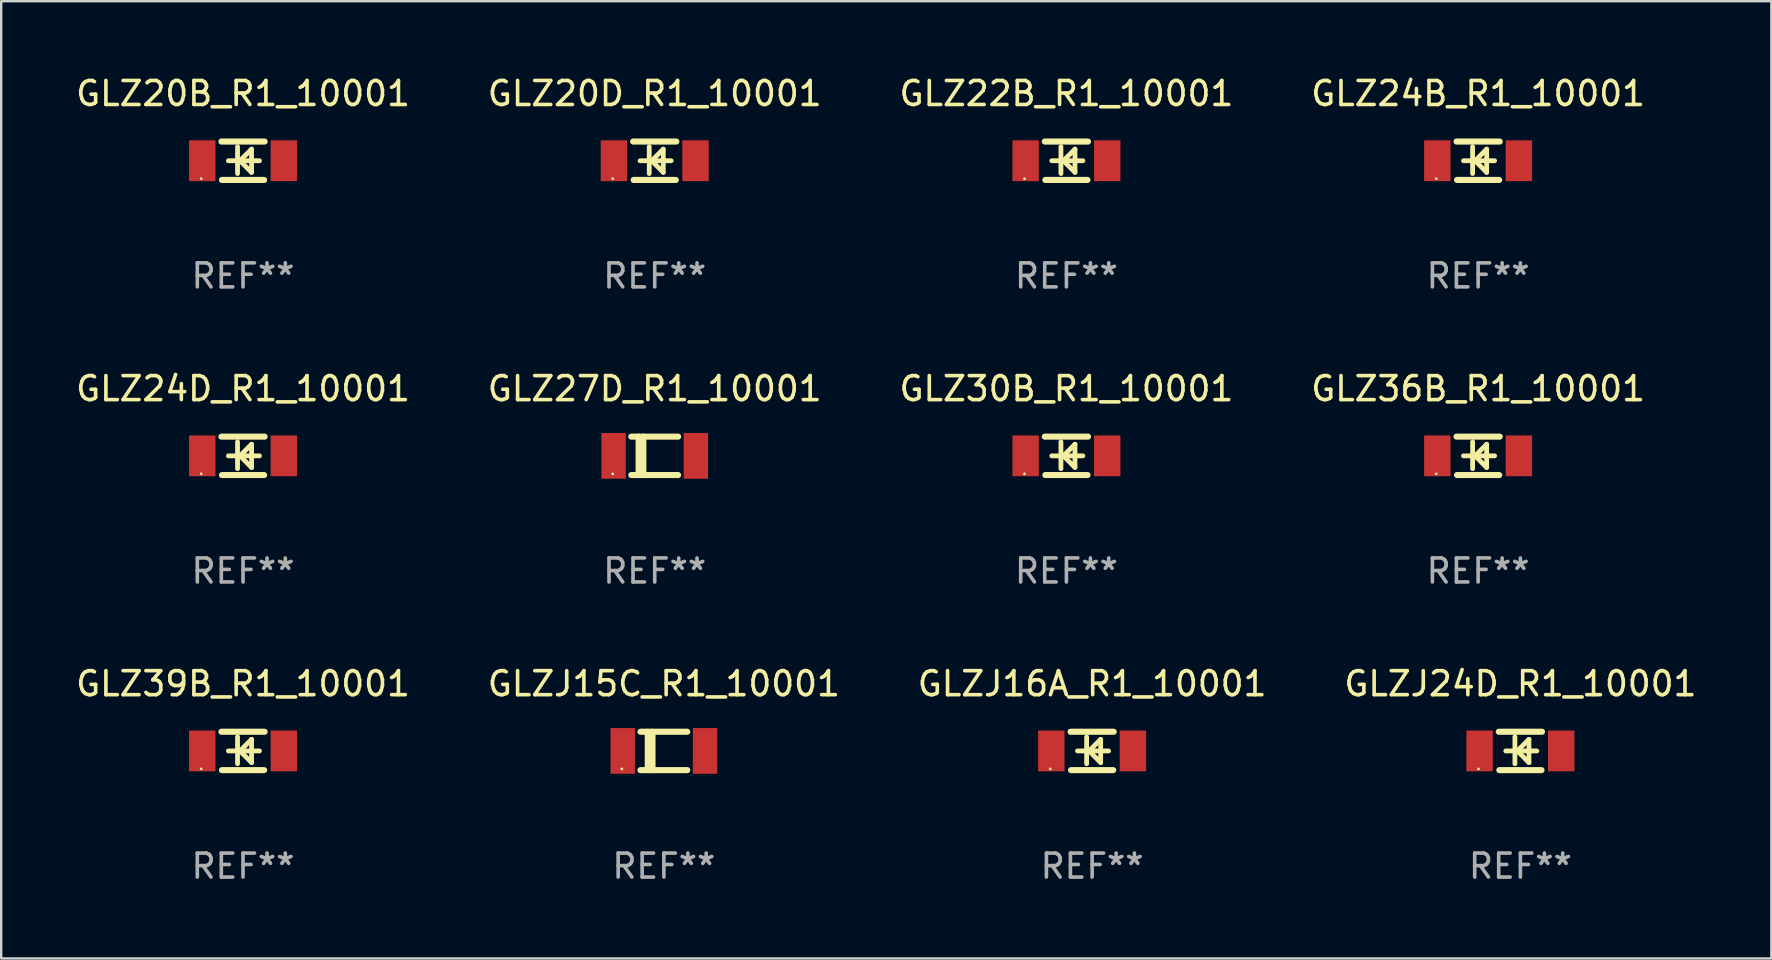
<source format=kicad_pcb>
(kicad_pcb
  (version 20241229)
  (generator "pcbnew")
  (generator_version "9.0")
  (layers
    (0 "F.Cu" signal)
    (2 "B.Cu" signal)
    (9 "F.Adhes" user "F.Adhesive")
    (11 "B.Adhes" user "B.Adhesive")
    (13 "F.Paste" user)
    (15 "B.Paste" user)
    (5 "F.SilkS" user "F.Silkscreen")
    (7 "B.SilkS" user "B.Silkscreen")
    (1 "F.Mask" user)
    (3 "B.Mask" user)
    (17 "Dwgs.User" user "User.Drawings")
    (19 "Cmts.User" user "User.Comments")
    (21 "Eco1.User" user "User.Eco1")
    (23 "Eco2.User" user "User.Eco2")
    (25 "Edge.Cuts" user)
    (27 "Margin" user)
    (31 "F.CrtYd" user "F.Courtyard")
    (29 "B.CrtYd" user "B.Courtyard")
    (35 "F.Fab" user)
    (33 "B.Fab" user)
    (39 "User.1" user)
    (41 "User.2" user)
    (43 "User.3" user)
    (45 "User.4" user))
  (footprint "GLZJ15C_R1_10001"
    (layer "F.Cu")
    (at 24.613 28.241)
    (property "Reference" "GLZJ15C_R1_10001" (at 0 -2.8 0) (layer "F.SilkS") (effects (font (size 1 1) (thickness 0.15))))
    (attr through_hole)
    (fp_line (start -0.975 -0.8) (end 0.975 -0.8) (stroke (width 0.254) (type solid)) (layer "F.SilkS"))
    (fp_line (start -0.975 0.8) (end 0.975 0.8) (stroke (width 0.254) (type solid)) (layer "F.SilkS"))
    (fp_line (start -0.671 -0.8) (end -0.671 0.8) (stroke (width 0.254) (type solid)) (layer "F.SilkS"))
    (fp_line (start -0.474 -0.8) (end -0.474 0.8) (stroke (width 0.254) (type solid)) (layer "F.SilkS"))
    (fp_circle (center -1.75 0.75) (end -1.72 0.75) (stroke (width 0.06) (type solid)) (fill no) (layer "F.SilkS"))
    (fp_text user "REF**" (at 0 4.8 0) (layer "F.Fab") (effects (font (size 1 1) (thickness 0.15))))
    (pad "1" smd rect (at -1.715 0 180) (size 1.016 1.905) (layers "F.Cu" "F.Mask" "F.Paste"))
    (pad "2" smd rect (at 1.715 0 180) (size 1.016 1.905) (layers "F.Cu" "F.Mask" "F.Paste")))
  (footprint "GLZ24B_R1_10001"
    (layer "F.Cu")
    (at 58.542 3.648)
    (property "Reference" "GLZ24B_R1_10001" (at 0 -2.8 0) (layer "F.SilkS") (effects (font (size 1 1) (thickness 0.15))))
    (attr through_hole)
    (fp_line (start -0.9 -0.8) (end 0.9 -0.8) (stroke (width 0.254) (type solid)) (layer "F.SilkS"))
    (fp_line (start -0.878 0.8) (end 0.878 0.8) (stroke (width 0.254) (type solid)) (layer "F.SilkS"))
    (fp_line (start -0.61 0) (end 0.686 0) (stroke (width 0.2) (type solid)) (layer "F.SilkS"))
    (fp_line (start -0.229 -0.584) (end -0.229 0.533) (stroke (width 0.2) (type solid)) (layer "F.SilkS"))
    (fp_line (start -0.127 0) (end 0.356 -0.483) (stroke (width 0.2) (type solid)) (layer "F.SilkS"))
    (fp_line (start 0.356 -0.483) (end 0.356 0.483) (stroke (width 0.2) (type solid)) (layer "F.SilkS"))
    (fp_line (start 0.356 0.483) (end -0.102 0.025) (stroke (width 0.2) (type solid)) (layer "F.SilkS"))
    (fp_circle (center -1.746 0.75) (end -1.716 0.75) (stroke (width 0.06) (type solid)) (fill no) (layer "F.SilkS"))
    (fp_text user "REF**" (at 0 4.8 0) (layer "F.Fab") (effects (font (size 1 1) (thickness 0.15))))
    (pad "1" smd rect (at -1.7 0 180) (size 1.1 1.7) (layers "F.Cu" "F.Mask" "F.Paste"))
    (pad "2" smd rect (at 1.7 0 180) (size 1.1 1.7) (layers "F.Cu" "F.Mask" "F.Paste")))
  (footprint "GLZ30B_R1_10001"
    (layer "F.Cu")
    (at 41.387 15.945)
    (property "Reference" "GLZ30B_R1_10001" (at 0 -2.8 0) (layer "F.SilkS") (effects (font (size 1 1) (thickness 0.15))))
    (attr through_hole)
    (fp_line (start -0.9 -0.8) (end 0.9 -0.8) (stroke (width 0.254) (type solid)) (layer "F.SilkS"))
    (fp_line (start -0.878 0.8) (end 0.878 0.8) (stroke (width 0.254) (type solid)) (layer "F.SilkS"))
    (fp_line (start -0.61 0) (end 0.686 0) (stroke (width 0.2) (type solid)) (layer "F.SilkS"))
    (fp_line (start -0.229 -0.584) (end -0.229 0.533) (stroke (width 0.2) (type solid)) (layer "F.SilkS"))
    (fp_line (start -0.127 0) (end 0.356 -0.483) (stroke (width 0.2) (type solid)) (layer "F.SilkS"))
    (fp_line (start 0.356 -0.483) (end 0.356 0.483) (stroke (width 0.2) (type solid)) (layer "F.SilkS"))
    (fp_line (start 0.356 0.483) (end -0.102 0.025) (stroke (width 0.2) (type solid)) (layer "F.SilkS"))
    (fp_circle (center -1.746 0.75) (end -1.716 0.75) (stroke (width 0.06) (type solid)) (fill no) (layer "F.SilkS"))
    (fp_text user "REF**" (at 0 4.8 0) (layer "F.Fab") (effects (font (size 1 1) (thickness 0.15))))
    (pad "1" smd rect (at -1.7 0 180) (size 1.1 1.7) (layers "F.Cu" "F.Mask" "F.Paste"))
    (pad "2" smd rect (at 1.7 0 180) (size 1.1 1.7) (layers "F.Cu" "F.Mask" "F.Paste")))
  (footprint "GLZ24D_R1_10001"
    (layer "F.Cu")
    (at 7.077 15.945)
    (property "Reference" "GLZ24D_R1_10001" (at 0 -2.8 0) (layer "F.SilkS") (effects (font (size 1 1) (thickness 0.15))))
    (attr through_hole)
    (fp_line (start -0.9 -0.8) (end 0.9 -0.8) (stroke (width 0.254) (type solid)) (layer "F.SilkS"))
    (fp_line (start -0.878 0.8) (end 0.878 0.8) (stroke (width 0.254) (type solid)) (layer "F.SilkS"))
    (fp_line (start -0.61 0) (end 0.686 0) (stroke (width 0.2) (type solid)) (layer "F.SilkS"))
    (fp_line (start -0.229 -0.584) (end -0.229 0.533) (stroke (width 0.2) (type solid)) (layer "F.SilkS"))
    (fp_line (start -0.127 0) (end 0.356 -0.483) (stroke (width 0.2) (type solid)) (layer "F.SilkS"))
    (fp_line (start 0.356 -0.483) (end 0.356 0.483) (stroke (width 0.2) (type solid)) (layer "F.SilkS"))
    (fp_line (start 0.356 0.483) (end -0.102 0.025) (stroke (width 0.2) (type solid)) (layer "F.SilkS"))
    (fp_circle (center -1.746 0.75) (end -1.716 0.75) (stroke (width 0.06) (type solid)) (fill no) (layer "F.SilkS"))
    (fp_text user "REF**" (at 0 4.8 0) (layer "F.Fab") (effects (font (size 1 1) (thickness 0.15))))
    (pad "1" smd rect (at -1.7 0 180) (size 1.1 1.7) (layers "F.Cu" "F.Mask" "F.Paste"))
    (pad "2" smd rect (at 1.7 0 180) (size 1.1 1.7) (layers "F.Cu" "F.Mask" "F.Paste")))
  (footprint "GLZJ16A_R1_10001"
    (layer "F.Cu")
    (at 42.458 28.241)
    (property "Reference" "GLZJ16A_R1_10001" (at 0 -2.8 0) (layer "F.SilkS") (effects (font (size 1 1) (thickness 0.15))))
    (attr through_hole)
    (fp_line (start -0.9 -0.8) (end 0.9 -0.8) (stroke (width 0.254) (type solid)) (layer "F.SilkS"))
    (fp_line (start -0.878 0.8) (end 0.878 0.8) (stroke (width 0.254) (type solid)) (layer "F.SilkS"))
    (fp_line (start -0.61 0) (end 0.686 0) (stroke (width 0.2) (type solid)) (layer "F.SilkS"))
    (fp_line (start -0.229 -0.584) (end -0.229 0.533) (stroke (width 0.2) (type solid)) (layer "F.SilkS"))
    (fp_line (start -0.127 0) (end 0.356 -0.483) (stroke (width 0.2) (type solid)) (layer "F.SilkS"))
    (fp_line (start 0.356 -0.483) (end 0.356 0.483) (stroke (width 0.2) (type solid)) (layer "F.SilkS"))
    (fp_line (start 0.356 0.483) (end -0.102 0.025) (stroke (width 0.2) (type solid)) (layer "F.SilkS"))
    (fp_circle (center -1.746 0.75) (end -1.716 0.75) (stroke (width 0.06) (type solid)) (fill no) (layer "F.SilkS"))
    (fp_text user "REF**" (at 0 4.8 0) (layer "F.Fab") (effects (font (size 1 1) (thickness 0.15))))
    (pad "1" smd rect (at -1.7 0 180) (size 1.1 1.7) (layers "F.Cu" "F.Mask" "F.Paste"))
    (pad "2" smd rect (at 1.7 0 180) (size 1.1 1.7) (layers "F.Cu" "F.Mask" "F.Paste")))
  (footprint "GLZJ24D_R1_10001"
    (layer "F.Cu")
    (at 60.304 28.241)
    (property "Reference" "GLZJ24D_R1_10001" (at 0 -2.8 0) (layer "F.SilkS") (effects (font (size 1 1) (thickness 0.15))))
    (attr through_hole)
    (fp_line (start -0.9 -0.8) (end 0.9 -0.8) (stroke (width 0.254) (type solid)) (layer "F.SilkS"))
    (fp_line (start -0.878 0.8) (end 0.878 0.8) (stroke (width 0.254) (type solid)) (layer "F.SilkS"))
    (fp_line (start -0.61 0) (end 0.686 0) (stroke (width 0.2) (type solid)) (layer "F.SilkS"))
    (fp_line (start -0.229 -0.584) (end -0.229 0.533) (stroke (width 0.2) (type solid)) (layer "F.SilkS"))
    (fp_line (start -0.127 0) (end 0.356 -0.483) (stroke (width 0.2) (type solid)) (layer "F.SilkS"))
    (fp_line (start 0.356 -0.483) (end 0.356 0.483) (stroke (width 0.2) (type solid)) (layer "F.SilkS"))
    (fp_line (start 0.356 0.483) (end -0.102 0.025) (stroke (width 0.2) (type solid)) (layer "F.SilkS"))
    (fp_circle (center -1.746 0.75) (end -1.716 0.75) (stroke (width 0.06) (type solid)) (fill no) (layer "F.SilkS"))
    (fp_text user "REF**" (at 0 4.8 0) (layer "F.Fab") (effects (font (size 1 1) (thickness 0.15))))
    (pad "1" smd rect (at -1.7 0 180) (size 1.1 1.7) (layers "F.Cu" "F.Mask" "F.Paste"))
    (pad "2" smd rect (at 1.7 0 180) (size 1.1 1.7) (layers "F.Cu" "F.Mask" "F.Paste")))
  (footprint "GLZ39B_R1_10001"
    (layer "F.Cu")
    (at 7.077 28.241)
    (property "Reference" "GLZ39B_R1_10001" (at 0 -2.8 0) (layer "F.SilkS") (effects (font (size 1 1) (thickness 0.15))))
    (attr through_hole)
    (fp_line (start -0.9 -0.8) (end 0.9 -0.8) (stroke (width 0.254) (type solid)) (layer "F.SilkS"))
    (fp_line (start -0.878 0.8) (end 0.878 0.8) (stroke (width 0.254) (type solid)) (layer "F.SilkS"))
    (fp_line (start -0.61 0) (end 0.686 0) (stroke (width 0.2) (type solid)) (layer "F.SilkS"))
    (fp_line (start -0.229 -0.584) (end -0.229 0.533) (stroke (width 0.2) (type solid)) (layer "F.SilkS"))
    (fp_line (start -0.127 0) (end 0.356 -0.483) (stroke (width 0.2) (type solid)) (layer "F.SilkS"))
    (fp_line (start 0.356 -0.483) (end 0.356 0.483) (stroke (width 0.2) (type solid)) (layer "F.SilkS"))
    (fp_line (start 0.356 0.483) (end -0.102 0.025) (stroke (width 0.2) (type solid)) (layer "F.SilkS"))
    (fp_circle (center -1.746 0.75) (end -1.716 0.75) (stroke (width 0.06) (type solid)) (fill no) (layer "F.SilkS"))
    (fp_text user "REF**" (at 0 4.8 0) (layer "F.Fab") (effects (font (size 1 1) (thickness 0.15))))
    (pad "1" smd rect (at -1.7 0 180) (size 1.1 1.7) (layers "F.Cu" "F.Mask" "F.Paste"))
    (pad "2" smd rect (at 1.7 0 180) (size 1.1 1.7) (layers "F.Cu" "F.Mask" "F.Paste")))
  (footprint "GLZ27D_R1_10001"
    (layer "F.Cu")
    (at 24.232 15.945)
    (property "Reference" "GLZ27D_R1_10001" (at 0 -2.8 0) (layer "F.SilkS") (effects (font (size 1 1) (thickness 0.15))))
    (attr through_hole)
    (fp_line (start -0.975 -0.8) (end 0.975 -0.8) (stroke (width 0.254) (type solid)) (layer "F.SilkS"))
    (fp_line (start -0.975 0.8) (end 0.975 0.8) (stroke (width 0.254) (type solid)) (layer "F.SilkS"))
    (fp_line (start -0.671 -0.8) (end -0.671 0.8) (stroke (width 0.254) (type solid)) (layer "F.SilkS"))
    (fp_line (start -0.474 -0.8) (end -0.474 0.8) (stroke (width 0.254) (type solid)) (layer "F.SilkS"))
    (fp_circle (center -1.75 0.75) (end -1.72 0.75) (stroke (width 0.06) (type solid)) (fill no) (layer "F.SilkS"))
    (fp_text user "REF**" (at 0 4.8 0) (layer "F.Fab") (effects (font (size 1 1) (thickness 0.15))))
    (pad "1" smd rect (at -1.715 0 180) (size 1.016 1.905) (layers "F.Cu" "F.Mask" "F.Paste"))
    (pad "2" smd rect (at 1.715 0 180) (size 1.016 1.905) (layers "F.Cu" "F.Mask" "F.Paste")))
  (footprint "GLZ22B_R1_10001"
    (layer "F.Cu")
    (at 41.387 3.648)
    (property "Reference" "GLZ22B_R1_10001" (at 0 -2.8 0) (layer "F.SilkS") (effects (font (size 1 1) (thickness 0.15))))
    (attr through_hole)
    (fp_line (start -0.9 -0.8) (end 0.9 -0.8) (stroke (width 0.254) (type solid)) (layer "F.SilkS"))
    (fp_line (start -0.878 0.8) (end 0.878 0.8) (stroke (width 0.254) (type solid)) (layer "F.SilkS"))
    (fp_line (start -0.61 0) (end 0.686 0) (stroke (width 0.2) (type solid)) (layer "F.SilkS"))
    (fp_line (start -0.229 -0.584) (end -0.229 0.533) (stroke (width 0.2) (type solid)) (layer "F.SilkS"))
    (fp_line (start -0.127 0) (end 0.356 -0.483) (stroke (width 0.2) (type solid)) (layer "F.SilkS"))
    (fp_line (start 0.356 -0.483) (end 0.356 0.483) (stroke (width 0.2) (type solid)) (layer "F.SilkS"))
    (fp_line (start 0.356 0.483) (end -0.102 0.025) (stroke (width 0.2) (type solid)) (layer "F.SilkS"))
    (fp_circle (center -1.746 0.75) (end -1.716 0.75) (stroke (width 0.06) (type solid)) (fill no) (layer "F.SilkS"))
    (fp_text user "REF**" (at 0 4.8 0) (layer "F.Fab") (effects (font (size 1 1) (thickness 0.15))))
    (pad "1" smd rect (at -1.7 0 180) (size 1.1 1.7) (layers "F.Cu" "F.Mask" "F.Paste"))
    (pad "2" smd rect (at 1.7 0 180) (size 1.1 1.7) (layers "F.Cu" "F.Mask" "F.Paste")))
  (footprint "GLZ20D_R1_10001"
    (layer "F.Cu")
    (at 24.232 3.648)
    (property "Reference" "GLZ20D_R1_10001" (at 0 -2.8 0) (layer "F.SilkS") (effects (font (size 1 1) (thickness 0.15))))
    (attr through_hole)
    (fp_line (start -0.9 -0.8) (end 0.9 -0.8) (stroke (width 0.254) (type solid)) (layer "F.SilkS"))
    (fp_line (start -0.878 0.8) (end 0.878 0.8) (stroke (width 0.254) (type solid)) (layer "F.SilkS"))
    (fp_line (start -0.61 0) (end 0.686 0) (stroke (width 0.2) (type solid)) (layer "F.SilkS"))
    (fp_line (start -0.229 -0.584) (end -0.229 0.533) (stroke (width 0.2) (type solid)) (layer "F.SilkS"))
    (fp_line (start -0.127 0) (end 0.356 -0.483) (stroke (width 0.2) (type solid)) (layer "F.SilkS"))
    (fp_line (start 0.356 -0.483) (end 0.356 0.483) (stroke (width 0.2) (type solid)) (layer "F.SilkS"))
    (fp_line (start 0.356 0.483) (end -0.102 0.025) (stroke (width 0.2) (type solid)) (layer "F.SilkS"))
    (fp_circle (center -1.746 0.75) (end -1.716 0.75) (stroke (width 0.06) (type solid)) (fill no) (layer "F.SilkS"))
    (fp_text user "REF**" (at 0 4.8 0) (layer "F.Fab") (effects (font (size 1 1) (thickness 0.15))))
    (pad "1" smd rect (at -1.7 0 180) (size 1.1 1.7) (layers "F.Cu" "F.Mask" "F.Paste"))
    (pad "2" smd rect (at 1.7 0 180) (size 1.1 1.7) (layers "F.Cu" "F.Mask" "F.Paste")))
  (footprint "GLZ20B_R1_10001"
    (layer "F.Cu")
    (at 7.077 3.648)
    (property "Reference" "GLZ20B_R1_10001" (at 0 -2.8 0) (layer "F.SilkS") (effects (font (size 1 1) (thickness 0.15))))
    (attr through_hole)
    (fp_line (start -0.9 -0.8) (end 0.9 -0.8) (stroke (width 0.254) (type solid)) (layer "F.SilkS"))
    (fp_line (start -0.878 0.8) (end 0.878 0.8) (stroke (width 0.254) (type solid)) (layer "F.SilkS"))
    (fp_line (start -0.61 0) (end 0.686 0) (stroke (width 0.2) (type solid)) (layer "F.SilkS"))
    (fp_line (start -0.229 -0.584) (end -0.229 0.533) (stroke (width 0.2) (type solid)) (layer "F.SilkS"))
    (fp_line (start -0.127 0) (end 0.355 -0.483) (stroke (width 0.2) (type solid)) (layer "F.SilkS"))
    (fp_line (start 0.355 -0.483) (end 0.355 0.483) (stroke (width 0.2) (type solid)) (layer "F.SilkS"))
    (fp_line (start 0.355 0.483) (end -0.102 0.025) (stroke (width 0.2) (type solid)) (layer "F.SilkS"))
    (fp_circle (center -1.746 0.75) (end -1.716 0.75) (stroke (width 0.06) (type solid)) (fill no) (layer "F.SilkS"))
    (fp_text user "REF**" (at 0 4.8 0) (layer "F.Fab") (effects (font (size 1 1) (thickness 0.15))))
    (pad "1" smd rect (at -1.7 -0.000025 180) (size 1.1 1.7) (layers "F.Cu" "F.Mask" "F.Paste"))
    (pad "2" smd rect (at 1.7 -0.000025 180) (size 1.1 1.7) (layers "F.Cu" "F.Mask" "F.Paste")))
  (footprint "GLZ36B_R1_10001"
    (layer "F.Cu")
    (at 58.542 15.945)
    (property "Reference" "GLZ36B_R1_10001" (at 0 -2.8 0) (layer "F.SilkS") (effects (font (size 1 1) (thickness 0.15))))
    (attr through_hole)
    (fp_line (start -0.9 -0.8) (end 0.9 -0.8) (stroke (width 0.254) (type solid)) (layer "F.SilkS"))
    (fp_line (start -0.878 0.8) (end 0.878 0.8) (stroke (width 0.254) (type solid)) (layer "F.SilkS"))
    (fp_line (start -0.61 0) (end 0.686 0) (stroke (width 0.2) (type solid)) (layer "F.SilkS"))
    (fp_line (start -0.229 -0.584) (end -0.229 0.533) (stroke (width 0.2) (type solid)) (layer "F.SilkS"))
    (fp_line (start -0.127 0) (end 0.356 -0.483) (stroke (width 0.2) (type solid)) (layer "F.SilkS"))
    (fp_line (start 0.356 -0.483) (end 0.356 0.483) (stroke (width 0.2) (type solid)) (layer "F.SilkS"))
    (fp_line (start 0.356 0.483) (end -0.102 0.025) (stroke (width 0.2) (type solid)) (layer "F.SilkS"))
    (fp_circle (center -1.746 0.75) (end -1.716 0.75) (stroke (width 0.06) (type solid)) (fill no) (layer "F.SilkS"))
    (fp_text user "REF**" (at 0 4.8 0) (layer "F.Fab") (effects (font (size 1 1) (thickness 0.15))))
    (pad "1" smd rect (at -1.7 0 180) (size 1.1 1.7) (layers "F.Cu" "F.Mask" "F.Paste"))
    (pad "2" smd rect (at 1.7 0 180) (size 1.1 1.7) (layers "F.Cu" "F.Mask" "F.Paste")))
  (gr_rect
    (start -3 -3)
    (end 70.762 36.889)
    (stroke (width 0.1) (type default))
    (fill no)
    (layer "Edge.Cuts")))
</source>
